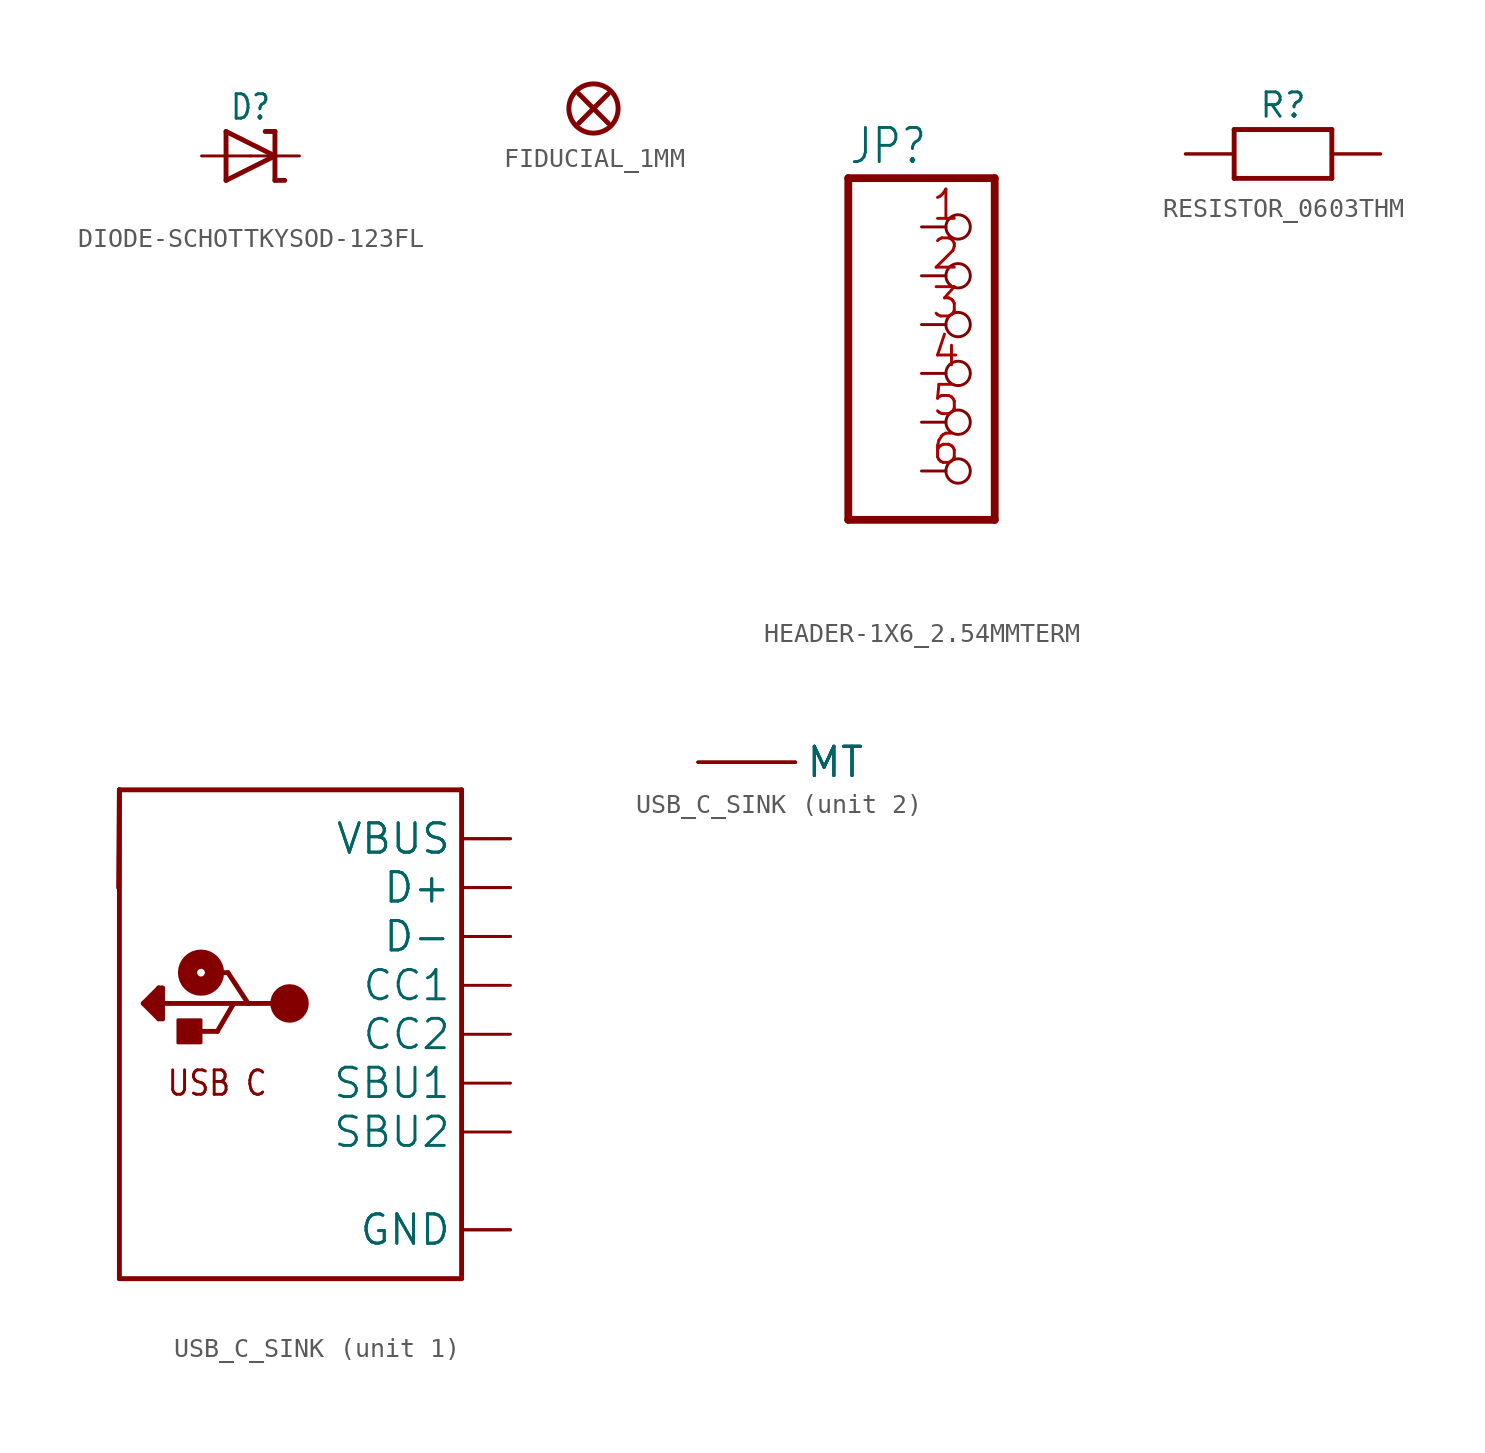
<source format=kicad_sym>
(kicad_symbol_lib
  (version 20241209)
  (generator "kicad_symbol_editor")
  (generator_version "9.0")
  (symbol "DIODE-SCHOTTKYSOD-123FL"
    (property "Reference" "D"
      (at 0 2.54 0)
      (effects (font (size 1.27 1.079))))
    (property "Value" ""
      (at 0 -2.5 0)
      (effects (font (size 1.27 1.079))))
    (property "ki_locked" ""
      (at 0 0 0)
      (effects (font (size 1.27 1.27))))
    (symbol "DIODE-SCHOTTKYSOD-123FL_1_0"
      (polyline (pts (xy -1.27 1.27) (xy -1.27 -1.27)) (stroke (width 0.254) (type solid)) (fill (type none)))
      (polyline (pts (xy -1.27 -1.27) (xy 1.27 0)) (stroke (width 0.254) (type solid)) (fill (type none)))
      (polyline (pts (xy 1.27 1.27) (xy 0.762 1.27)) (stroke (width 0.254) (type solid)) (fill (type none)))
      (polyline (pts (xy 1.27 1.27) (xy 1.27 0)) (stroke (width 0.254) (type solid)) (fill (type none)))
      (polyline (pts (xy 1.27 0) (xy -1.27 1.27)) (stroke (width 0.254) (type solid)) (fill (type none)))
      (polyline (pts (xy 1.27 0) (xy 1.27 -1.27)) (stroke (width 0.254) (type solid)) (fill (type none)))
      (polyline (pts (xy 1.27 -1.27) (xy 1.778 -1.27)) (stroke (width 0.254) (type solid)) (fill (type none)))
      (pin passive line (at -2.54 0 0) (length 2.54) (name "A" (effects (font (size 0 0)))) (number "A" (effects (font (size 0 0)))))
      (pin passive line (at 2.54 0 180) (length 2.54) (name "C" (effects (font (size 0 0)))) (number "C" (effects (font (size 0 0)))))))
  (symbol "FIDUCIAL_1MM"
    (property "Reference" "FID"
      (at 0 0 0)
      (effects (font (size 1.27 1.27)) (hide yes)))
    (property "ki_locked" ""
      (at 0 0 0)
      (effects (font (size 1.27 1.27))))
    (symbol "FIDUCIAL_1MM_1_0"
      (polyline (pts (xy -0.762 0.762) (xy 0.762 -0.762)) (stroke (width 0.254) (type solid)) (fill (type none)))
      (circle (center 0 0) (radius 1.27) (stroke (width 0.254) (type solid)) (fill (type none)))
      (polyline (pts (xy 0.762 0.762) (xy -0.762 -0.762)) (stroke (width 0.254) (type solid)) (fill (type none)))))
  (symbol "HEADER-1X6_2.54MMTERM"
    (property "Reference" "JP"
      (at -6.35 10.795 0)
      (effects (font (size 1.778 1.511)) (justify left bottom)))
    (property "Value" ""
      (at -6.35 -10.16 0)
      (effects (font (size 1.778 1.511)) (justify left bottom)))
    (property "ki_locked" ""
      (at 0 0 0)
      (effects (font (size 1.27 1.27))))
    (symbol "HEADER-1X6_2.54MMTERM_1_0"
      (polyline (pts (xy -6.35 10.16) (xy -6.35 -7.62)) (stroke (width 0.406) (type solid)) (fill (type none)))
      (polyline (pts (xy -6.35 -7.62) (xy 1.27 -7.62)) (stroke (width 0.406) (type solid)) (fill (type none)))
      (polyline (pts (xy 1.27 10.16) (xy -6.35 10.16)) (stroke (width 0.406) (type solid)) (fill (type none)))
      (polyline (pts (xy 1.27 -7.62) (xy 1.27 10.16)) (stroke (width 0.406) (type solid)) (fill (type none)))
      (pin passive inverted (at -2.54 7.62 0) (length 2.54) (name "1" (effects (font (size 0 0)))) (number "1" (effects (font (size 1.524 1.524)))))
      (pin passive inverted (at -2.54 5.08 0) (length 2.54) (name "2" (effects (font (size 0 0)))) (number "2" (effects (font (size 1.524 1.524)))))
      (pin passive inverted (at -2.54 2.54 0) (length 2.54) (name "3" (effects (font (size 0 0)))) (number "3" (effects (font (size 1.524 1.524)))))
      (pin passive inverted (at -2.54 0 0) (length 2.54) (name "4" (effects (font (size 0 0)))) (number "4" (effects (font (size 1.524 1.524)))))
      (pin passive inverted (at -2.54 -2.54 0) (length 2.54) (name "5" (effects (font (size 0 0)))) (number "5" (effects (font (size 1.524 1.524)))))
      (pin passive inverted (at -2.54 -5.08 0) (length 2.54) (name "6" (effects (font (size 0 0)))) (number "6" (effects (font (size 1.524 1.524)))))))
  (symbol "RESISTOR_0603THM"
    (property "Reference" "R"
      (at 0 2.54 0)
      (effects (font (size 1.27 1.27))))
    (property "Value" ""
      (at 0 0 0)
      (effects (font (size 1.016 1.016) (thickness 0.203) (bold yes))))
    (property "ki_locked" ""
      (at 0 0 0)
      (effects (font (size 1.27 1.27))))
    (symbol "RESISTOR_0603THM_1_0"
      (polyline (pts (xy -2.54 1.27) (xy 2.54 1.27)) (stroke (width 0.254) (type solid)) (fill (type none)))
      (polyline (pts (xy -2.54 -1.27) (xy -2.54 1.27)) (stroke (width 0.254) (type solid)) (fill (type none)))
      (polyline (pts (xy 2.54 1.27) (xy 2.54 -1.27)) (stroke (width 0.254) (type solid)) (fill (type none)))
      (polyline (pts (xy 2.54 -1.27) (xy -2.54 -1.27)) (stroke (width 0.254) (type solid)) (fill (type none)))
      (pin passive line (at -5.08 0 0) (length 2.54) (name "1" (effects (font (size 0 0)))) (number "1" (effects (font (size 0 0)))))
      (pin passive line (at -5.08 0 0) (length 2.54) (name "1" (effects (font (size 0 0)))) (number "11" (effects (font (size 0 0)))))
      (pin passive line (at 5.08 0 180) (length 2.54) (name "2" (effects (font (size 0 0)))) (number "2" (effects (font (size 0 0)))))
      (pin passive line (at 5.08 0 180) (length 2.54) (name "2" (effects (font (size 0 0)))) (number "22" (effects (font (size 0 0)))))))
  (symbol "USB_C_SINK"
    (property "Reference" "X"
      (at -10.16 13.716 0)
      (effects (font (size 1.27 1.079)) (justify left bottom) (hide yes)))
    (property "ki_locked" ""
      (at 0 0 0)
      (effects (font (size 1.27 1.27))))
    (symbol "USB_C_SINK_1_0"
      (polyline (pts (xy -10.2 7.62) (xy -10.16 12.7)) (stroke (width 0.254) (type solid)) (fill (type none)))
      (polyline (pts (xy -10.16 12.7) (xy -10.16 -12.7)) (stroke (width 0.254) (type solid)) (fill (type none)))
      (polyline (pts (xy -10.16 12.7) (xy 7.62 12.7)) (stroke (width 0.254) (type solid)) (fill (type none)))
      (polyline (pts (xy -10.16 -12.7) (xy 7.62 -12.7)) (stroke (width 0.254) (type solid)) (fill (type none)))
      (polyline (pts (xy -8.92 1.6) (xy -8.12 2.4)) (stroke (width 0.254) (type solid)) (fill (type none)))
      (polyline (pts (xy -8.52 1.6) (xy -8.52 1.4)) (stroke (width 0.254) (type solid)) (fill (type none)))
      (polyline (pts (xy -8.52 1.4) (xy -8.32 1.2)) (stroke (width 0.254) (type solid)) (fill (type none)))
      (polyline (pts (xy -8.32 2) (xy -8.72 1.6)) (stroke (width 0.254) (type solid)) (fill (type none)))
      (polyline (pts (xy -8.32 1.2) (xy -8.32 2)) (stroke (width 0.254) (type solid)) (fill (type none)))
      (polyline (pts (xy -8.12 2.4) (xy -7.92 2.4)) (stroke (width 0.254) (type solid)) (fill (type none)))
      (polyline (pts (xy -8.12 1) (xy -8.12 2.4)) (stroke (width 0.254) (type solid)) (fill (type none)))
      (polyline (pts (xy -8.12 0.8) (xy -8.92 1.6)) (stroke (width 0.254) (type solid)) (fill (type none)))
      (polyline (pts (xy -7.92 2.4) (xy -7.92 1.6)) (stroke (width 0.254) (type solid)) (fill (type none)))
      (polyline (pts (xy -7.92 1.6) (xy -7.92 0.8)) (stroke (width 0.254) (type solid)) (fill (type none)))
      (polyline (pts (xy -7.92 0.8) (xy -8.12 0.8)) (stroke (width 0.254) (type solid)) (fill (type none)))
      (rectangle (start -7.12 -0.45) (end -5.92 0.75) (stroke (width 0) (type default)) (fill (type outline)))
      (polyline (pts (xy -6.27 0.15) (xy -5.07 0.15)) (stroke (width 0.254) (type solid)) (fill (type none)))
      (circle (center -5.92 3.2) (radius 0.2) (stroke (width 1) (type solid)) (fill (type none)))
      (polyline (pts (xy -5.52 3.2) (xy -4.52 3.2)) (stroke (width 0.254) (type solid)) (fill (type none)))
      (polyline (pts (xy -5.07 0.15) (xy -4.22 1.6)) (stroke (width 0.254) (type solid)) (fill (type none)))
      (polyline (pts (xy -4.52 3.2) (xy -3.47 1.6)) (stroke (width 0.254) (type solid)) (fill (type none)))
      (polyline (pts (xy -4.22 1.6) (xy -7.92 1.6)) (stroke (width 0.254) (type solid)) (fill (type none)))
      (polyline (pts (xy -3.47 1.6) (xy -4.22 1.6)) (stroke (width 0.254) (type solid)) (fill (type none)))
      (circle (center -1.32 1.6) (radius 0.5) (stroke (width 1) (type solid)) (fill (type none)))
      (polyline (pts (xy -1.32 1.6) (xy -3.47 1.6)) (stroke (width 0.254) (type solid)) (fill (type none)))
      (polyline (pts (xy 7.62 12.7) (xy 7.62 -12.7)) (stroke (width 0.254) (type solid)) (fill (type none)))
      (text "USB C" (at -5.08 -2.54 0) (effects (font (size 1.27 1.079))))
      (pin power_in line (at 10.16 10.16 180) (length 2.54) (name "VBUS" (effects (font (size 1.524 1.524)))) (number "A4B9" (effects (font (size 0 0)))))
      (pin power_in line (at 10.16 10.16 180) (length 2.54) (name "VBUS" (effects (font (size 1.524 1.524)))) (number "B4A9" (effects (font (size 0 0)))))
      (pin bidirectional line (at 10.16 7.62 180) (length 2.54) (name "D+" (effects (font (size 1.524 1.524)))) (number "A6" (effects (font (size 0 0)))))
      (pin bidirectional line (at 10.16 7.62 180) (length 2.54) (name "D+" (effects (font (size 1.524 1.524)))) (number "B6" (effects (font (size 0 0)))))
      (pin bidirectional line (at 10.16 5.08 180) (length 2.54) (name "D-" (effects (font (size 1.524 1.524)))) (number "A7" (effects (font (size 0 0)))))
      (pin bidirectional line (at 10.16 5.08 180) (length 2.54) (name "D-" (effects (font (size 1.524 1.524)))) (number "B7" (effects (font (size 0 0)))))
      (pin bidirectional line (at 10.16 2.54 180) (length 2.54) (name "CC1" (effects (font (size 1.524 1.524)))) (number "A5" (effects (font (size 0 0)))))
      (pin bidirectional line (at 10.16 0 180) (length 2.54) (name "CC2" (effects (font (size 1.524 1.524)))) (number "B5" (effects (font (size 0 0)))))
      (pin bidirectional line (at 10.16 -2.54 180) (length 2.54) (name "SBU1" (effects (font (size 1.524 1.524)))) (number "A8" (effects (font (size 0 0)))))
      (pin bidirectional line (at 10.16 -5.08 180) (length 2.54) (name "SBU2" (effects (font (size 1.524 1.524)))) (number "B8" (effects (font (size 0 0)))))
      (pin power_in line (at 10.16 -10.16 180) (length 2.54) (name "GND" (effects (font (size 1.524 1.524)))) (number "A1B12" (effects (font (size 0 0)))))
      (pin power_in line (at 10.16 -10.16 180) (length 2.54) (name "GND" (effects (font (size 1.524 1.524)))) (number "B1A12" (effects (font (size 0 0))))))
    (symbol "USB_C_SINK_2_0"
      (pin bidirectional line (at 0 0 0) (length 5.08) (name "MT" (effects (font (size 1.524 1.524)))) (number "M1" (effects (font (size 0 0)))))
      (pin bidirectional line (at 0 0 0) (length 5.08) (name "MT" (effects (font (size 1.524 1.524)))) (number "M2" (effects (font (size 0 0)))))
      (pin bidirectional line (at 0 0 0) (length 5.08) (name "MT" (effects (font (size 1.524 1.524)))) (number "M3" (effects (font (size 0 0)))))
      (pin bidirectional line (at 0 0 0) (length 5.08) (name "MT" (effects (font (size 1.524 1.524)))) (number "M4" (effects (font (size 0 0))))))))
</source>
